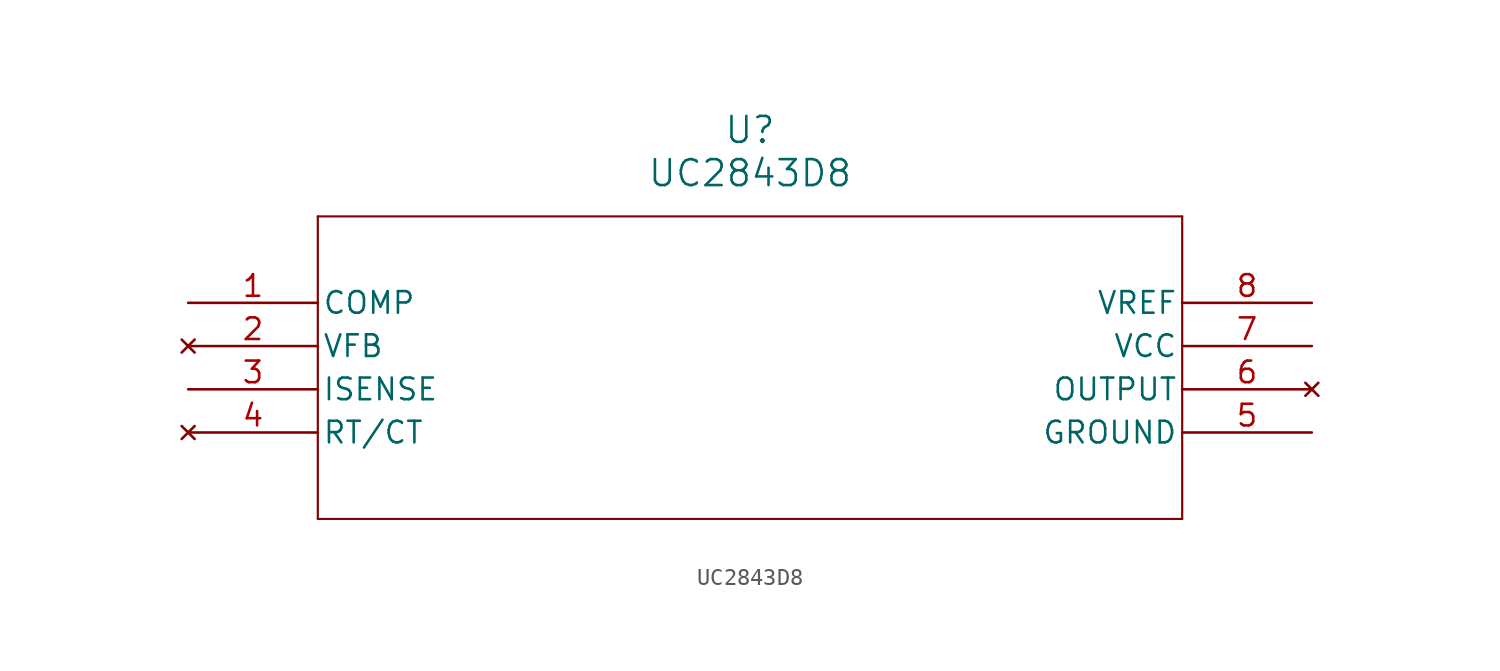
<source format=kicad_sym>
(kicad_symbol_lib
  (version 20241209)
  (generator "kicad_symbol_editor")
  (generator_version "9.0")
  (symbol "UC2843D8"
    (pin_names
      (offset 0.254))
    (property "Reference" "U"
      (at 33.02 10.16 0)
      (effects (font (size 1.524 1.524))))
    (property "Value" "UC2843D8"
      (at 33.02 7.62 0)
      (effects (font (size 1.524 1.524))))
    (property "ki_locked" ""
      (at 0 0 0)
      (effects (font (size 1.27 1.27))))
    (symbol "UC2843D8_0_1"
      (polyline (pts (xy 7.62 5.08) (xy 7.62 -12.7)) (stroke (width 0.127) (type default)) (fill (type none)))
      (polyline (pts (xy 7.62 -12.7) (xy 58.42 -12.7)) (stroke (width 0.127) (type default)) (fill (type none)))
      (polyline (pts (xy 58.42 5.08) (xy 7.62 5.08)) (stroke (width 0.127) (type default)) (fill (type none)))
      (polyline (pts (xy 58.42 -12.7) (xy 58.42 5.08)) (stroke (width 0.127) (type default)) (fill (type none)))
      (pin unspecified line (at 0 0 0) (length 7.62) (name "COMP" (effects (font (size 1.27 1.27)))) (number "1" (effects (font (size 1.27 1.27))))))
    (symbol "UC2843D8_1_1"
      (pin no_connect line (at 0 -2.54 0) (length 7.62) (name "VFB" (effects (font (size 1.27 1.27)))) (number "2" (effects (font (size 1.27 1.27)))))
      (pin unspecified line (at 0 -5.08 0) (length 7.62) (name "ISENSE" (effects (font (size 1.27 1.27)))) (number "3" (effects (font (size 1.27 1.27)))))
      (pin no_connect line (at 0 -7.62 0) (length 7.62) (name "RT/CT" (effects (font (size 1.27 1.27)))) (number "4" (effects (font (size 1.27 1.27)))))
      (pin power_in line (at 66.04 0 180) (length 7.62) (name "VREF" (effects (font (size 1.27 1.27)))) (number "8" (effects (font (size 1.27 1.27)))))
      (pin unspecified line (at 66.04 -2.54 180) (length 7.62) (name "VCC" (effects (font (size 1.27 1.27)))) (number "7" (effects (font (size 1.27 1.27)))))
      (pin no_connect line (at 66.04 -5.08 180) (length 7.62) (name "OUTPUT" (effects (font (size 1.27 1.27)))) (number "6" (effects (font (size 1.27 1.27)))))
      (pin unspecified line (at 66.04 -7.62 180) (length 7.62) (name "GROUND" (effects (font (size 1.27 1.27)))) (number "5" (effects (font (size 1.27 1.27))))))))
</source>
